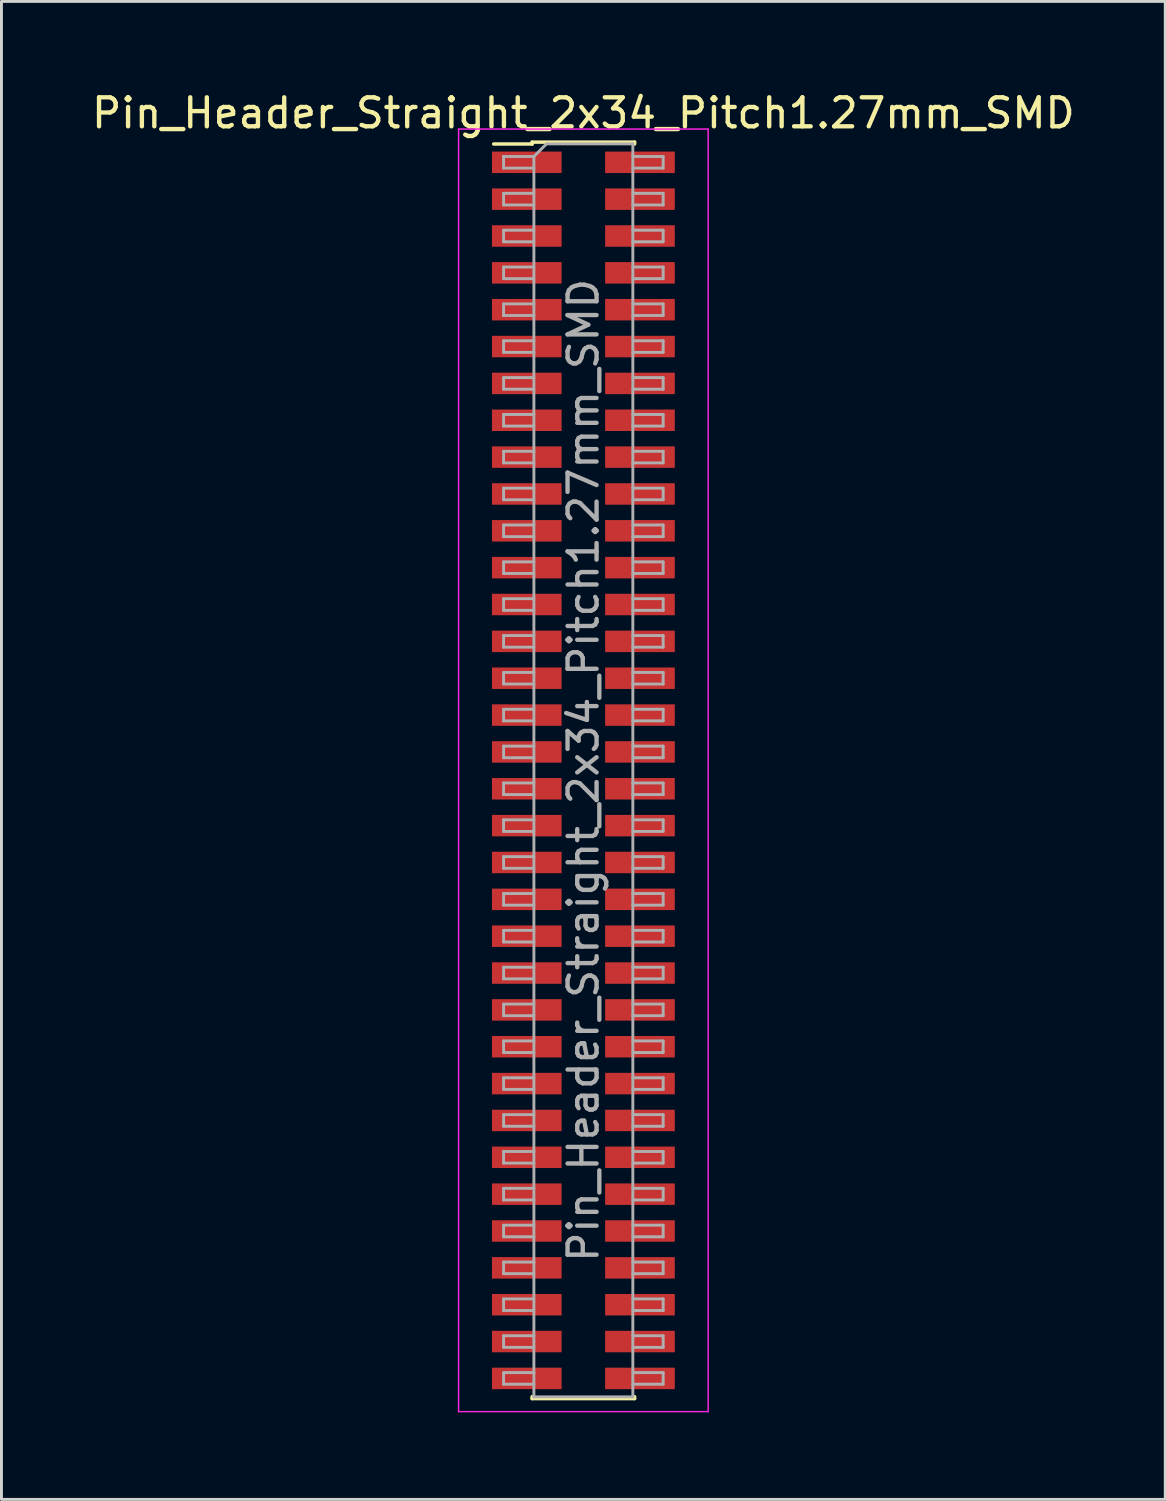
<source format=kicad_pcb>
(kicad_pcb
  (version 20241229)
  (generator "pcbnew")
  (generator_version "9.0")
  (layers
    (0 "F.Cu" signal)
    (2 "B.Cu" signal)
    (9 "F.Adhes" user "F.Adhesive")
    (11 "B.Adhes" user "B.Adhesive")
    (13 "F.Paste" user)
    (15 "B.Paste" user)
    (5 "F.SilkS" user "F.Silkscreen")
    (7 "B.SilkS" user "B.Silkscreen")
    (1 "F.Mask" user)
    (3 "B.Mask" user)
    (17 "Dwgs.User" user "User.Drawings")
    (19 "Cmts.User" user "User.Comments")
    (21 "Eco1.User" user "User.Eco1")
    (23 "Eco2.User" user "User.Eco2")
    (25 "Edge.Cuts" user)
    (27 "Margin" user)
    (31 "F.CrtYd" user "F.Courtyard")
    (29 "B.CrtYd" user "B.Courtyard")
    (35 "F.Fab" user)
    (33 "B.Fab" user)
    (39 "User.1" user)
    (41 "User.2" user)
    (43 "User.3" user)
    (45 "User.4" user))
  (footprint "Pin_Header_Straight_2x34_Pitch1.27mm_SMD"
    (layer "F.Cu")
    (at 17.054 23.498)
    (property "Reference" "Pin_Header_Straight_2x34_Pitch1.27mm_SMD" (at 0 -22.65 0) (layer "F.SilkS") (effects (font (size 1 1) (thickness 0.15))))
    (attr smd)
    (fp_line (start -3.09 -21.585) (end -1.765 -21.585) (stroke (width 0.12) (type solid)) (layer "F.SilkS"))
    (fp_line (start -1.765 -21.65) (end -1.765 -21.585) (stroke (width 0.12) (type solid)) (layer "F.SilkS"))
    (fp_line (start -1.765 -21.65) (end 1.765 -21.65) (stroke (width 0.12) (type solid)) (layer "F.SilkS"))
    (fp_line (start -1.765 21.585) (end -1.765 21.65) (stroke (width 0.12) (type solid)) (layer "F.SilkS"))
    (fp_line (start -1.765 21.65) (end 1.765 21.65) (stroke (width 0.12) (type solid)) (layer "F.SilkS"))
    (fp_line (start 1.765 -21.65) (end 1.765 -21.585) (stroke (width 0.12) (type solid)) (layer "F.SilkS"))
    (fp_line (start 1.765 21.585) (end 1.765 21.65) (stroke (width 0.12) (type solid)) (layer "F.SilkS"))
    (fp_line (start -4.3 -22.1) (end -4.3 22.1) (stroke (width 0.05) (type solid)) (layer "F.CrtYd"))
    (fp_line (start -4.3 22.1) (end 4.3 22.1) (stroke (width 0.05) (type solid)) (layer "F.CrtYd"))
    (fp_line (start 4.3 -22.1) (end -4.3 -22.1) (stroke (width 0.05) (type solid)) (layer "F.CrtYd"))
    (fp_line (start 4.3 22.1) (end 4.3 -22.1) (stroke (width 0.05) (type solid)) (layer "F.CrtYd"))
    (fp_line (start -2.75 -21.155) (end -2.75 -20.755) (stroke (width 0.1) (type solid)) (layer "F.Fab"))
    (fp_line (start -2.75 -20.755) (end -1.705 -20.755) (stroke (width 0.1) (type solid)) (layer "F.Fab"))
    (fp_line (start -2.75 -19.885) (end -2.75 -19.485) (stroke (width 0.1) (type solid)) (layer "F.Fab"))
    (fp_line (start -2.75 -19.485) (end -1.705 -19.485) (stroke (width 0.1) (type solid)) (layer "F.Fab"))
    (fp_line (start -2.75 -18.615) (end -2.75 -18.215) (stroke (width 0.1) (type solid)) (layer "F.Fab"))
    (fp_line (start -2.75 -18.215) (end -1.705 -18.215) (stroke (width 0.1) (type solid)) (layer "F.Fab"))
    (fp_line (start -2.75 -17.345) (end -2.75 -16.945) (stroke (width 0.1) (type solid)) (layer "F.Fab"))
    (fp_line (start -2.75 -16.945) (end -1.705 -16.945) (stroke (width 0.1) (type solid)) (layer "F.Fab"))
    (fp_line (start -2.75 -16.075) (end -2.75 -15.675) (stroke (width 0.1) (type solid)) (layer "F.Fab"))
    (fp_line (start -2.75 -15.675) (end -1.705 -15.675) (stroke (width 0.1) (type solid)) (layer "F.Fab"))
    (fp_line (start -2.75 -14.805) (end -2.75 -14.405) (stroke (width 0.1) (type solid)) (layer "F.Fab"))
    (fp_line (start -2.75 -14.405) (end -1.705 -14.405) (stroke (width 0.1) (type solid)) (layer "F.Fab"))
    (fp_line (start -2.75 -13.535) (end -2.75 -13.135) (stroke (width 0.1) (type solid)) (layer "F.Fab"))
    (fp_line (start -2.75 -13.135) (end -1.705 -13.135) (stroke (width 0.1) (type solid)) (layer "F.Fab"))
    (fp_line (start -2.75 -12.265) (end -2.75 -11.865) (stroke (width 0.1) (type solid)) (layer "F.Fab"))
    (fp_line (start -2.75 -11.865) (end -1.705 -11.865) (stroke (width 0.1) (type solid)) (layer "F.Fab"))
    (fp_line (start -2.75 -10.995) (end -2.75 -10.595) (stroke (width 0.1) (type solid)) (layer "F.Fab"))
    (fp_line (start -2.75 -10.595) (end -1.705 -10.595) (stroke (width 0.1) (type solid)) (layer "F.Fab"))
    (fp_line (start -2.75 -9.725) (end -2.75 -9.325) (stroke (width 0.1) (type solid)) (layer "F.Fab"))
    (fp_line (start -2.75 -9.325) (end -1.705 -9.325) (stroke (width 0.1) (type solid)) (layer "F.Fab"))
    (fp_line (start -2.75 -8.455) (end -2.75 -8.055) (stroke (width 0.1) (type solid)) (layer "F.Fab"))
    (fp_line (start -2.75 -8.055) (end -1.705 -8.055) (stroke (width 0.1) (type solid)) (layer "F.Fab"))
    (fp_line (start -2.75 -7.185) (end -2.75 -6.785) (stroke (width 0.1) (type solid)) (layer "F.Fab"))
    (fp_line (start -2.75 -6.785) (end -1.705 -6.785) (stroke (width 0.1) (type solid)) (layer "F.Fab"))
    (fp_line (start -2.75 -5.915) (end -2.75 -5.515) (stroke (width 0.1) (type solid)) (layer "F.Fab"))
    (fp_line (start -2.75 -5.515) (end -1.705 -5.515) (stroke (width 0.1) (type solid)) (layer "F.Fab"))
    (fp_line (start -2.75 -4.645) (end -2.75 -4.245) (stroke (width 0.1) (type solid)) (layer "F.Fab"))
    (fp_line (start -2.75 -4.245) (end -1.705 -4.245) (stroke (width 0.1) (type solid)) (layer "F.Fab"))
    (fp_line (start -2.75 -3.375) (end -2.75 -2.975) (stroke (width 0.1) (type solid)) (layer "F.Fab"))
    (fp_line (start -2.75 -2.975) (end -1.705 -2.975) (stroke (width 0.1) (type solid)) (layer "F.Fab"))
    (fp_line (start -2.75 -2.105) (end -2.75 -1.705) (stroke (width 0.1) (type solid)) (layer "F.Fab"))
    (fp_line (start -2.75 -1.705) (end -1.705 -1.705) (stroke (width 0.1) (type solid)) (layer "F.Fab"))
    (fp_line (start -2.75 -0.835) (end -2.75 -0.435) (stroke (width 0.1) (type solid)) (layer "F.Fab"))
    (fp_line (start -2.75 -0.435) (end -1.705 -0.435) (stroke (width 0.1) (type solid)) (layer "F.Fab"))
    (fp_line (start -2.75 0.435) (end -2.75 0.835) (stroke (width 0.1) (type solid)) (layer "F.Fab"))
    (fp_line (start -2.75 0.835) (end -1.705 0.835) (stroke (width 0.1) (type solid)) (layer "F.Fab"))
    (fp_line (start -2.75 1.705) (end -2.75 2.105) (stroke (width 0.1) (type solid)) (layer "F.Fab"))
    (fp_line (start -2.75 2.105) (end -1.705 2.105) (stroke (width 0.1) (type solid)) (layer "F.Fab"))
    (fp_line (start -2.75 2.975) (end -2.75 3.375) (stroke (width 0.1) (type solid)) (layer "F.Fab"))
    (fp_line (start -2.75 3.375) (end -1.705 3.375) (stroke (width 0.1) (type solid)) (layer "F.Fab"))
    (fp_line (start -2.75 4.245) (end -2.75 4.645) (stroke (width 0.1) (type solid)) (layer "F.Fab"))
    (fp_line (start -2.75 4.645) (end -1.705 4.645) (stroke (width 0.1) (type solid)) (layer "F.Fab"))
    (fp_line (start -2.75 5.515) (end -2.75 5.915) (stroke (width 0.1) (type solid)) (layer "F.Fab"))
    (fp_line (start -2.75 5.915) (end -1.705 5.915) (stroke (width 0.1) (type solid)) (layer "F.Fab"))
    (fp_line (start -2.75 6.785) (end -2.75 7.185) (stroke (width 0.1) (type solid)) (layer "F.Fab"))
    (fp_line (start -2.75 7.185) (end -1.705 7.185) (stroke (width 0.1) (type solid)) (layer "F.Fab"))
    (fp_line (start -2.75 8.055) (end -2.75 8.455) (stroke (width 0.1) (type solid)) (layer "F.Fab"))
    (fp_line (start -2.75 8.455) (end -1.705 8.455) (stroke (width 0.1) (type solid)) (layer "F.Fab"))
    (fp_line (start -2.75 9.325) (end -2.75 9.725) (stroke (width 0.1) (type solid)) (layer "F.Fab"))
    (fp_line (start -2.75 9.725) (end -1.705 9.725) (stroke (width 0.1) (type solid)) (layer "F.Fab"))
    (fp_line (start -2.75 10.595) (end -2.75 10.995) (stroke (width 0.1) (type solid)) (layer "F.Fab"))
    (fp_line (start -2.75 10.995) (end -1.705 10.995) (stroke (width 0.1) (type solid)) (layer "F.Fab"))
    (fp_line (start -2.75 11.865) (end -2.75 12.265) (stroke (width 0.1) (type solid)) (layer "F.Fab"))
    (fp_line (start -2.75 12.265) (end -1.705 12.265) (stroke (width 0.1) (type solid)) (layer "F.Fab"))
    (fp_line (start -2.75 13.135) (end -2.75 13.535) (stroke (width 0.1) (type solid)) (layer "F.Fab"))
    (fp_line (start -2.75 13.535) (end -1.705 13.535) (stroke (width 0.1) (type solid)) (layer "F.Fab"))
    (fp_line (start -2.75 14.405) (end -2.75 14.805) (stroke (width 0.1) (type solid)) (layer "F.Fab"))
    (fp_line (start -2.75 14.805) (end -1.705 14.805) (stroke (width 0.1) (type solid)) (layer "F.Fab"))
    (fp_line (start -2.75 15.675) (end -2.75 16.075) (stroke (width 0.1) (type solid)) (layer "F.Fab"))
    (fp_line (start -2.75 16.075) (end -1.705 16.075) (stroke (width 0.1) (type solid)) (layer "F.Fab"))
    (fp_line (start -2.75 16.945) (end -2.75 17.345) (stroke (width 0.1) (type solid)) (layer "F.Fab"))
    (fp_line (start -2.75 17.345) (end -1.705 17.345) (stroke (width 0.1) (type solid)) (layer "F.Fab"))
    (fp_line (start -2.75 18.215) (end -2.75 18.615) (stroke (width 0.1) (type solid)) (layer "F.Fab"))
    (fp_line (start -2.75 18.615) (end -1.705 18.615) (stroke (width 0.1) (type solid)) (layer "F.Fab"))
    (fp_line (start -2.75 19.485) (end -2.75 19.885) (stroke (width 0.1) (type solid)) (layer "F.Fab"))
    (fp_line (start -2.75 19.885) (end -1.705 19.885) (stroke (width 0.1) (type solid)) (layer "F.Fab"))
    (fp_line (start -2.75 20.755) (end -2.75 21.155) (stroke (width 0.1) (type solid)) (layer "F.Fab"))
    (fp_line (start -2.75 21.155) (end -1.705 21.155) (stroke (width 0.1) (type solid)) (layer "F.Fab"))
    (fp_line (start -1.705 -21.155) (end -2.75 -21.155) (stroke (width 0.1) (type solid)) (layer "F.Fab"))
    (fp_line (start -1.705 -21.155) (end -1.27 -21.59) (stroke (width 0.1) (type solid)) (layer "F.Fab"))
    (fp_line (start -1.705 -19.885) (end -2.75 -19.885) (stroke (width 0.1) (type solid)) (layer "F.Fab"))
    (fp_line (start -1.705 -18.615) (end -2.75 -18.615) (stroke (width 0.1) (type solid)) (layer "F.Fab"))
    (fp_line (start -1.705 -17.345) (end -2.75 -17.345) (stroke (width 0.1) (type solid)) (layer "F.Fab"))
    (fp_line (start -1.705 -16.075) (end -2.75 -16.075) (stroke (width 0.1) (type solid)) (layer "F.Fab"))
    (fp_line (start -1.705 -14.805) (end -2.75 -14.805) (stroke (width 0.1) (type solid)) (layer "F.Fab"))
    (fp_line (start -1.705 -13.535) (end -2.75 -13.535) (stroke (width 0.1) (type solid)) (layer "F.Fab"))
    (fp_line (start -1.705 -12.265) (end -2.75 -12.265) (stroke (width 0.1) (type solid)) (layer "F.Fab"))
    (fp_line (start -1.705 -10.995) (end -2.75 -10.995) (stroke (width 0.1) (type solid)) (layer "F.Fab"))
    (fp_line (start -1.705 -9.725) (end -2.75 -9.725) (stroke (width 0.1) (type solid)) (layer "F.Fab"))
    (fp_line (start -1.705 -8.455) (end -2.75 -8.455) (stroke (width 0.1) (type solid)) (layer "F.Fab"))
    (fp_line (start -1.705 -7.185) (end -2.75 -7.185) (stroke (width 0.1) (type solid)) (layer "F.Fab"))
    (fp_line (start -1.705 -5.915) (end -2.75 -5.915) (stroke (width 0.1) (type solid)) (layer "F.Fab"))
    (fp_line (start -1.705 -4.645) (end -2.75 -4.645) (stroke (width 0.1) (type solid)) (layer "F.Fab"))
    (fp_line (start -1.705 -3.375) (end -2.75 -3.375) (stroke (width 0.1) (type solid)) (layer "F.Fab"))
    (fp_line (start -1.705 -2.105) (end -2.75 -2.105) (stroke (width 0.1) (type solid)) (layer "F.Fab"))
    (fp_line (start -1.705 -0.835) (end -2.75 -0.835) (stroke (width 0.1) (type solid)) (layer "F.Fab"))
    (fp_line (start -1.705 0.435) (end -2.75 0.435) (stroke (width 0.1) (type solid)) (layer "F.Fab"))
    (fp_line (start -1.705 1.705) (end -2.75 1.705) (stroke (width 0.1) (type solid)) (layer "F.Fab"))
    (fp_line (start -1.705 2.975) (end -2.75 2.975) (stroke (width 0.1) (type solid)) (layer "F.Fab"))
    (fp_line (start -1.705 4.245) (end -2.75 4.245) (stroke (width 0.1) (type solid)) (layer "F.Fab"))
    (fp_line (start -1.705 5.515) (end -2.75 5.515) (stroke (width 0.1) (type solid)) (layer "F.Fab"))
    (fp_line (start -1.705 6.785) (end -2.75 6.785) (stroke (width 0.1) (type solid)) (layer "F.Fab"))
    (fp_line (start -1.705 8.055) (end -2.75 8.055) (stroke (width 0.1) (type solid)) (layer "F.Fab"))
    (fp_line (start -1.705 9.325) (end -2.75 9.325) (stroke (width 0.1) (type solid)) (layer "F.Fab"))
    (fp_line (start -1.705 10.595) (end -2.75 10.595) (stroke (width 0.1) (type solid)) (layer "F.Fab"))
    (fp_line (start -1.705 11.865) (end -2.75 11.865) (stroke (width 0.1) (type solid)) (layer "F.Fab"))
    (fp_line (start -1.705 13.135) (end -2.75 13.135) (stroke (width 0.1) (type solid)) (layer "F.Fab"))
    (fp_line (start -1.705 14.405) (end -2.75 14.405) (stroke (width 0.1) (type solid)) (layer "F.Fab"))
    (fp_line (start -1.705 15.675) (end -2.75 15.675) (stroke (width 0.1) (type solid)) (layer "F.Fab"))
    (fp_line (start -1.705 16.945) (end -2.75 16.945) (stroke (width 0.1) (type solid)) (layer "F.Fab"))
    (fp_line (start -1.705 18.215) (end -2.75 18.215) (stroke (width 0.1) (type solid)) (layer "F.Fab"))
    (fp_line (start -1.705 19.485) (end -2.75 19.485) (stroke (width 0.1) (type solid)) (layer "F.Fab"))
    (fp_line (start -1.705 20.755) (end -2.75 20.755) (stroke (width 0.1) (type solid)) (layer "F.Fab"))
    (fp_line (start -1.705 21.59) (end -1.705 -21.155) (stroke (width 0.1) (type solid)) (layer "F.Fab"))
    (fp_line (start -1.27 -21.59) (end 1.705 -21.59) (stroke (width 0.1) (type solid)) (layer "F.Fab"))
    (fp_line (start 1.705 -21.59) (end 1.705 21.59) (stroke (width 0.1) (type solid)) (layer "F.Fab"))
    (fp_line (start 1.705 -21.155) (end 2.75 -21.155) (stroke (width 0.1) (type solid)) (layer "F.Fab"))
    (fp_line (start 1.705 -19.885) (end 2.75 -19.885) (stroke (width 0.1) (type solid)) (layer "F.Fab"))
    (fp_line (start 1.705 -18.615) (end 2.75 -18.615) (stroke (width 0.1) (type solid)) (layer "F.Fab"))
    (fp_line (start 1.705 -17.345) (end 2.75 -17.345) (stroke (width 0.1) (type solid)) (layer "F.Fab"))
    (fp_line (start 1.705 -16.075) (end 2.75 -16.075) (stroke (width 0.1) (type solid)) (layer "F.Fab"))
    (fp_line (start 1.705 -14.805) (end 2.75 -14.805) (stroke (width 0.1) (type solid)) (layer "F.Fab"))
    (fp_line (start 1.705 -13.535) (end 2.75 -13.535) (stroke (width 0.1) (type solid)) (layer "F.Fab"))
    (fp_line (start 1.705 -12.265) (end 2.75 -12.265) (stroke (width 0.1) (type solid)) (layer "F.Fab"))
    (fp_line (start 1.705 -10.995) (end 2.75 -10.995) (stroke (width 0.1) (type solid)) (layer "F.Fab"))
    (fp_line (start 1.705 -9.725) (end 2.75 -9.725) (stroke (width 0.1) (type solid)) (layer "F.Fab"))
    (fp_line (start 1.705 -8.455) (end 2.75 -8.455) (stroke (width 0.1) (type solid)) (layer "F.Fab"))
    (fp_line (start 1.705 -7.185) (end 2.75 -7.185) (stroke (width 0.1) (type solid)) (layer "F.Fab"))
    (fp_line (start 1.705 -5.915) (end 2.75 -5.915) (stroke (width 0.1) (type solid)) (layer "F.Fab"))
    (fp_line (start 1.705 -4.645) (end 2.75 -4.645) (stroke (width 0.1) (type solid)) (layer "F.Fab"))
    (fp_line (start 1.705 -3.375) (end 2.75 -3.375) (stroke (width 0.1) (type solid)) (layer "F.Fab"))
    (fp_line (start 1.705 -2.105) (end 2.75 -2.105) (stroke (width 0.1) (type solid)) (layer "F.Fab"))
    (fp_line (start 1.705 -0.835) (end 2.75 -0.835) (stroke (width 0.1) (type solid)) (layer "F.Fab"))
    (fp_line (start 1.705 0.435) (end 2.75 0.435) (stroke (width 0.1) (type solid)) (layer "F.Fab"))
    (fp_line (start 1.705 1.705) (end 2.75 1.705) (stroke (width 0.1) (type solid)) (layer "F.Fab"))
    (fp_line (start 1.705 2.975) (end 2.75 2.975) (stroke (width 0.1) (type solid)) (layer "F.Fab"))
    (fp_line (start 1.705 4.245) (end 2.75 4.245) (stroke (width 0.1) (type solid)) (layer "F.Fab"))
    (fp_line (start 1.705 5.515) (end 2.75 5.515) (stroke (width 0.1) (type solid)) (layer "F.Fab"))
    (fp_line (start 1.705 6.785) (end 2.75 6.785) (stroke (width 0.1) (type solid)) (layer "F.Fab"))
    (fp_line (start 1.705 8.055) (end 2.75 8.055) (stroke (width 0.1) (type solid)) (layer "F.Fab"))
    (fp_line (start 1.705 9.325) (end 2.75 9.325) (stroke (width 0.1) (type solid)) (layer "F.Fab"))
    (fp_line (start 1.705 10.595) (end 2.75 10.595) (stroke (width 0.1) (type solid)) (layer "F.Fab"))
    (fp_line (start 1.705 11.865) (end 2.75 11.865) (stroke (width 0.1) (type solid)) (layer "F.Fab"))
    (fp_line (start 1.705 13.135) (end 2.75 13.135) (stroke (width 0.1) (type solid)) (layer "F.Fab"))
    (fp_line (start 1.705 14.405) (end 2.75 14.405) (stroke (width 0.1) (type solid)) (layer "F.Fab"))
    (fp_line (start 1.705 15.675) (end 2.75 15.675) (stroke (width 0.1) (type solid)) (layer "F.Fab"))
    (fp_line (start 1.705 16.945) (end 2.75 16.945) (stroke (width 0.1) (type solid)) (layer "F.Fab"))
    (fp_line (start 1.705 18.215) (end 2.75 18.215) (stroke (width 0.1) (type solid)) (layer "F.Fab"))
    (fp_line (start 1.705 19.485) (end 2.75 19.485) (stroke (width 0.1) (type solid)) (layer "F.Fab"))
    (fp_line (start 1.705 20.755) (end 2.75 20.755) (stroke (width 0.1) (type solid)) (layer "F.Fab"))
    (fp_line (start 1.705 21.59) (end -1.705 21.59) (stroke (width 0.1) (type solid)) (layer "F.Fab"))
    (fp_line (start 2.75 -21.155) (end 2.75 -20.755) (stroke (width 0.1) (type solid)) (layer "F.Fab"))
    (fp_line (start 2.75 -20.755) (end 1.705 -20.755) (stroke (width 0.1) (type solid)) (layer "F.Fab"))
    (fp_line (start 2.75 -19.885) (end 2.75 -19.485) (stroke (width 0.1) (type solid)) (layer "F.Fab"))
    (fp_line (start 2.75 -19.485) (end 1.705 -19.485) (stroke (width 0.1) (type solid)) (layer "F.Fab"))
    (fp_line (start 2.75 -18.615) (end 2.75 -18.215) (stroke (width 0.1) (type solid)) (layer "F.Fab"))
    (fp_line (start 2.75 -18.215) (end 1.705 -18.215) (stroke (width 0.1) (type solid)) (layer "F.Fab"))
    (fp_line (start 2.75 -17.345) (end 2.75 -16.945) (stroke (width 0.1) (type solid)) (layer "F.Fab"))
    (fp_line (start 2.75 -16.945) (end 1.705 -16.945) (stroke (width 0.1) (type solid)) (layer "F.Fab"))
    (fp_line (start 2.75 -16.075) (end 2.75 -15.675) (stroke (width 0.1) (type solid)) (layer "F.Fab"))
    (fp_line (start 2.75 -15.675) (end 1.705 -15.675) (stroke (width 0.1) (type solid)) (layer "F.Fab"))
    (fp_line (start 2.75 -14.805) (end 2.75 -14.405) (stroke (width 0.1) (type solid)) (layer "F.Fab"))
    (fp_line (start 2.75 -14.405) (end 1.705 -14.405) (stroke (width 0.1) (type solid)) (layer "F.Fab"))
    (fp_line (start 2.75 -13.535) (end 2.75 -13.135) (stroke (width 0.1) (type solid)) (layer "F.Fab"))
    (fp_line (start 2.75 -13.135) (end 1.705 -13.135) (stroke (width 0.1) (type solid)) (layer "F.Fab"))
    (fp_line (start 2.75 -12.265) (end 2.75 -11.865) (stroke (width 0.1) (type solid)) (layer "F.Fab"))
    (fp_line (start 2.75 -11.865) (end 1.705 -11.865) (stroke (width 0.1) (type solid)) (layer "F.Fab"))
    (fp_line (start 2.75 -10.995) (end 2.75 -10.595) (stroke (width 0.1) (type solid)) (layer "F.Fab"))
    (fp_line (start 2.75 -10.595) (end 1.705 -10.595) (stroke (width 0.1) (type solid)) (layer "F.Fab"))
    (fp_line (start 2.75 -9.725) (end 2.75 -9.325) (stroke (width 0.1) (type solid)) (layer "F.Fab"))
    (fp_line (start 2.75 -9.325) (end 1.705 -9.325) (stroke (width 0.1) (type solid)) (layer "F.Fab"))
    (fp_line (start 2.75 -8.455) (end 2.75 -8.055) (stroke (width 0.1) (type solid)) (layer "F.Fab"))
    (fp_line (start 2.75 -8.055) (end 1.705 -8.055) (stroke (width 0.1) (type solid)) (layer "F.Fab"))
    (fp_line (start 2.75 -7.185) (end 2.75 -6.785) (stroke (width 0.1) (type solid)) (layer "F.Fab"))
    (fp_line (start 2.75 -6.785) (end 1.705 -6.785) (stroke (width 0.1) (type solid)) (layer "F.Fab"))
    (fp_line (start 2.75 -5.915) (end 2.75 -5.515) (stroke (width 0.1) (type solid)) (layer "F.Fab"))
    (fp_line (start 2.75 -5.515) (end 1.705 -5.515) (stroke (width 0.1) (type solid)) (layer "F.Fab"))
    (fp_line (start 2.75 -4.645) (end 2.75 -4.245) (stroke (width 0.1) (type solid)) (layer "F.Fab"))
    (fp_line (start 2.75 -4.245) (end 1.705 -4.245) (stroke (width 0.1) (type solid)) (layer "F.Fab"))
    (fp_line (start 2.75 -3.375) (end 2.75 -2.975) (stroke (width 0.1) (type solid)) (layer "F.Fab"))
    (fp_line (start 2.75 -2.975) (end 1.705 -2.975) (stroke (width 0.1) (type solid)) (layer "F.Fab"))
    (fp_line (start 2.75 -2.105) (end 2.75 -1.705) (stroke (width 0.1) (type solid)) (layer "F.Fab"))
    (fp_line (start 2.75 -1.705) (end 1.705 -1.705) (stroke (width 0.1) (type solid)) (layer "F.Fab"))
    (fp_line (start 2.75 -0.835) (end 2.75 -0.435) (stroke (width 0.1) (type solid)) (layer "F.Fab"))
    (fp_line (start 2.75 -0.435) (end 1.705 -0.435) (stroke (width 0.1) (type solid)) (layer "F.Fab"))
    (fp_line (start 2.75 0.435) (end 2.75 0.835) (stroke (width 0.1) (type solid)) (layer "F.Fab"))
    (fp_line (start 2.75 0.835) (end 1.705 0.835) (stroke (width 0.1) (type solid)) (layer "F.Fab"))
    (fp_line (start 2.75 1.705) (end 2.75 2.105) (stroke (width 0.1) (type solid)) (layer "F.Fab"))
    (fp_line (start 2.75 2.105) (end 1.705 2.105) (stroke (width 0.1) (type solid)) (layer "F.Fab"))
    (fp_line (start 2.75 2.975) (end 2.75 3.375) (stroke (width 0.1) (type solid)) (layer "F.Fab"))
    (fp_line (start 2.75 3.375) (end 1.705 3.375) (stroke (width 0.1) (type solid)) (layer "F.Fab"))
    (fp_line (start 2.75 4.245) (end 2.75 4.645) (stroke (width 0.1) (type solid)) (layer "F.Fab"))
    (fp_line (start 2.75 4.645) (end 1.705 4.645) (stroke (width 0.1) (type solid)) (layer "F.Fab"))
    (fp_line (start 2.75 5.515) (end 2.75 5.915) (stroke (width 0.1) (type solid)) (layer "F.Fab"))
    (fp_line (start 2.75 5.915) (end 1.705 5.915) (stroke (width 0.1) (type solid)) (layer "F.Fab"))
    (fp_line (start 2.75 6.785) (end 2.75 7.185) (stroke (width 0.1) (type solid)) (layer "F.Fab"))
    (fp_line (start 2.75 7.185) (end 1.705 7.185) (stroke (width 0.1) (type solid)) (layer "F.Fab"))
    (fp_line (start 2.75 8.055) (end 2.75 8.455) (stroke (width 0.1) (type solid)) (layer "F.Fab"))
    (fp_line (start 2.75 8.455) (end 1.705 8.455) (stroke (width 0.1) (type solid)) (layer "F.Fab"))
    (fp_line (start 2.75 9.325) (end 2.75 9.725) (stroke (width 0.1) (type solid)) (layer "F.Fab"))
    (fp_line (start 2.75 9.725) (end 1.705 9.725) (stroke (width 0.1) (type solid)) (layer "F.Fab"))
    (fp_line (start 2.75 10.595) (end 2.75 10.995) (stroke (width 0.1) (type solid)) (layer "F.Fab"))
    (fp_line (start 2.75 10.995) (end 1.705 10.995) (stroke (width 0.1) (type solid)) (layer "F.Fab"))
    (fp_line (start 2.75 11.865) (end 2.75 12.265) (stroke (width 0.1) (type solid)) (layer "F.Fab"))
    (fp_line (start 2.75 12.265) (end 1.705 12.265) (stroke (width 0.1) (type solid)) (layer "F.Fab"))
    (fp_line (start 2.75 13.135) (end 2.75 13.535) (stroke (width 0.1) (type solid)) (layer "F.Fab"))
    (fp_line (start 2.75 13.535) (end 1.705 13.535) (stroke (width 0.1) (type solid)) (layer "F.Fab"))
    (fp_line (start 2.75 14.405) (end 2.75 14.805) (stroke (width 0.1) (type solid)) (layer "F.Fab"))
    (fp_line (start 2.75 14.805) (end 1.705 14.805) (stroke (width 0.1) (type solid)) (layer "F.Fab"))
    (fp_line (start 2.75 15.675) (end 2.75 16.075) (stroke (width 0.1) (type solid)) (layer "F.Fab"))
    (fp_line (start 2.75 16.075) (end 1.705 16.075) (stroke (width 0.1) (type solid)) (layer "F.Fab"))
    (fp_line (start 2.75 16.945) (end 2.75 17.345) (stroke (width 0.1) (type solid)) (layer "F.Fab"))
    (fp_line (start 2.75 17.345) (end 1.705 17.345) (stroke (width 0.1) (type solid)) (layer "F.Fab"))
    (fp_line (start 2.75 18.215) (end 2.75 18.615) (stroke (width 0.1) (type solid)) (layer "F.Fab"))
    (fp_line (start 2.75 18.615) (end 1.705 18.615) (stroke (width 0.1) (type solid)) (layer "F.Fab"))
    (fp_line (start 2.75 19.485) (end 2.75 19.885) (stroke (width 0.1) (type solid)) (layer "F.Fab"))
    (fp_line (start 2.75 19.885) (end 1.705 19.885) (stroke (width 0.1) (type solid)) (layer "F.Fab"))
    (fp_line (start 2.75 20.755) (end 2.75 21.155) (stroke (width 0.1) (type solid)) (layer "F.Fab"))
    (fp_line (start 2.75 21.155) (end 1.705 21.155) (stroke (width 0.1) (type solid)) (layer "F.Fab"))
    (fp_text user "${REFERENCE}" (at 0 0 90) (layer "F.Fab") (effects (font (size 1 1) (thickness 0.15))))
    (pad "1" smd rect (at -1.95 -20.955) (size 2.4 0.74) (layers "F.Cu" "F.Mask" "F.Paste"))
    (pad "2" smd rect (at 1.95 -20.955) (size 2.4 0.74) (layers "F.Cu" "F.Mask" "F.Paste"))
    (pad "3" smd rect (at -1.95 -19.685) (size 2.4 0.74) (layers "F.Cu" "F.Mask" "F.Paste"))
    (pad "4" smd rect (at 1.95 -19.685) (size 2.4 0.74) (layers "F.Cu" "F.Mask" "F.Paste"))
    (pad "5" smd rect (at -1.95 -18.415) (size 2.4 0.74) (layers "F.Cu" "F.Mask" "F.Paste"))
    (pad "6" smd rect (at 1.95 -18.415) (size 2.4 0.74) (layers "F.Cu" "F.Mask" "F.Paste"))
    (pad "7" smd rect (at -1.95 -17.145) (size 2.4 0.74) (layers "F.Cu" "F.Mask" "F.Paste"))
    (pad "8" smd rect (at 1.95 -17.145) (size 2.4 0.74) (layers "F.Cu" "F.Mask" "F.Paste"))
    (pad "9" smd rect (at -1.95 -15.875) (size 2.4 0.74) (layers "F.Cu" "F.Mask" "F.Paste"))
    (pad "10" smd rect (at 1.95 -15.875) (size 2.4 0.74) (layers "F.Cu" "F.Mask" "F.Paste"))
    (pad "11" smd rect (at -1.95 -14.605) (size 2.4 0.74) (layers "F.Cu" "F.Mask" "F.Paste"))
    (pad "12" smd rect (at 1.95 -14.605) (size 2.4 0.74) (layers "F.Cu" "F.Mask" "F.Paste"))
    (pad "13" smd rect (at -1.95 -13.335) (size 2.4 0.74) (layers "F.Cu" "F.Mask" "F.Paste"))
    (pad "14" smd rect (at 1.95 -13.335) (size 2.4 0.74) (layers "F.Cu" "F.Mask" "F.Paste"))
    (pad "15" smd rect (at -1.95 -12.065) (size 2.4 0.74) (layers "F.Cu" "F.Mask" "F.Paste"))
    (pad "16" smd rect (at 1.95 -12.065) (size 2.4 0.74) (layers "F.Cu" "F.Mask" "F.Paste"))
    (pad "17" smd rect (at -1.95 -10.795) (size 2.4 0.74) (layers "F.Cu" "F.Mask" "F.Paste"))
    (pad "18" smd rect (at 1.95 -10.795) (size 2.4 0.74) (layers "F.Cu" "F.Mask" "F.Paste"))
    (pad "19" smd rect (at -1.95 -9.525) (size 2.4 0.74) (layers "F.Cu" "F.Mask" "F.Paste"))
    (pad "20" smd rect (at 1.95 -9.525) (size 2.4 0.74) (layers "F.Cu" "F.Mask" "F.Paste"))
    (pad "21" smd rect (at -1.95 -8.255) (size 2.4 0.74) (layers "F.Cu" "F.Mask" "F.Paste"))
    (pad "22" smd rect (at 1.95 -8.255) (size 2.4 0.74) (layers "F.Cu" "F.Mask" "F.Paste"))
    (pad "23" smd rect (at -1.95 -6.985) (size 2.4 0.74) (layers "F.Cu" "F.Mask" "F.Paste"))
    (pad "24" smd rect (at 1.95 -6.985) (size 2.4 0.74) (layers "F.Cu" "F.Mask" "F.Paste"))
    (pad "25" smd rect (at -1.95 -5.715) (size 2.4 0.74) (layers "F.Cu" "F.Mask" "F.Paste"))
    (pad "26" smd rect (at 1.95 -5.715) (size 2.4 0.74) (layers "F.Cu" "F.Mask" "F.Paste"))
    (pad "27" smd rect (at -1.95 -4.445) (size 2.4 0.74) (layers "F.Cu" "F.Mask" "F.Paste"))
    (pad "28" smd rect (at 1.95 -4.445) (size 2.4 0.74) (layers "F.Cu" "F.Mask" "F.Paste"))
    (pad "29" smd rect (at -1.95 -3.175) (size 2.4 0.74) (layers "F.Cu" "F.Mask" "F.Paste"))
    (pad "30" smd rect (at 1.95 -3.175) (size 2.4 0.74) (layers "F.Cu" "F.Mask" "F.Paste"))
    (pad "31" smd rect (at -1.95 -1.905) (size 2.4 0.74) (layers "F.Cu" "F.Mask" "F.Paste"))
    (pad "32" smd rect (at 1.95 -1.905) (size 2.4 0.74) (layers "F.Cu" "F.Mask" "F.Paste"))
    (pad "33" smd rect (at -1.95 -0.635) (size 2.4 0.74) (layers "F.Cu" "F.Mask" "F.Paste"))
    (pad "34" smd rect (at 1.95 -0.635) (size 2.4 0.74) (layers "F.Cu" "F.Mask" "F.Paste"))
    (pad "35" smd rect (at -1.95 0.635) (size 2.4 0.74) (layers "F.Cu" "F.Mask" "F.Paste"))
    (pad "36" smd rect (at 1.95 0.635) (size 2.4 0.74) (layers "F.Cu" "F.Mask" "F.Paste"))
    (pad "37" smd rect (at -1.95 1.905) (size 2.4 0.74) (layers "F.Cu" "F.Mask" "F.Paste"))
    (pad "38" smd rect (at 1.95 1.905) (size 2.4 0.74) (layers "F.Cu" "F.Mask" "F.Paste"))
    (pad "39" smd rect (at -1.95 3.175) (size 2.4 0.74) (layers "F.Cu" "F.Mask" "F.Paste"))
    (pad "40" smd rect (at 1.95 3.175) (size 2.4 0.74) (layers "F.Cu" "F.Mask" "F.Paste"))
    (pad "41" smd rect (at -1.95 4.445) (size 2.4 0.74) (layers "F.Cu" "F.Mask" "F.Paste"))
    (pad "42" smd rect (at 1.95 4.445) (size 2.4 0.74) (layers "F.Cu" "F.Mask" "F.Paste"))
    (pad "43" smd rect (at -1.95 5.715) (size 2.4 0.74) (layers "F.Cu" "F.Mask" "F.Paste"))
    (pad "44" smd rect (at 1.95 5.715) (size 2.4 0.74) (layers "F.Cu" "F.Mask" "F.Paste"))
    (pad "45" smd rect (at -1.95 6.985) (size 2.4 0.74) (layers "F.Cu" "F.Mask" "F.Paste"))
    (pad "46" smd rect (at 1.95 6.985) (size 2.4 0.74) (layers "F.Cu" "F.Mask" "F.Paste"))
    (pad "47" smd rect (at -1.95 8.255) (size 2.4 0.74) (layers "F.Cu" "F.Mask" "F.Paste"))
    (pad "48" smd rect (at 1.95 8.255) (size 2.4 0.74) (layers "F.Cu" "F.Mask" "F.Paste"))
    (pad "49" smd rect (at -1.95 9.525) (size 2.4 0.74) (layers "F.Cu" "F.Mask" "F.Paste"))
    (pad "50" smd rect (at 1.95 9.525) (size 2.4 0.74) (layers "F.Cu" "F.Mask" "F.Paste"))
    (pad "51" smd rect (at -1.95 10.795) (size 2.4 0.74) (layers "F.Cu" "F.Mask" "F.Paste"))
    (pad "52" smd rect (at 1.95 10.795) (size 2.4 0.74) (layers "F.Cu" "F.Mask" "F.Paste"))
    (pad "53" smd rect (at -1.95 12.065) (size 2.4 0.74) (layers "F.Cu" "F.Mask" "F.Paste"))
    (pad "54" smd rect (at 1.95 12.065) (size 2.4 0.74) (layers "F.Cu" "F.Mask" "F.Paste"))
    (pad "55" smd rect (at -1.95 13.335) (size 2.4 0.74) (layers "F.Cu" "F.Mask" "F.Paste"))
    (pad "56" smd rect (at 1.95 13.335) (size 2.4 0.74) (layers "F.Cu" "F.Mask" "F.Paste"))
    (pad "57" smd rect (at -1.95 14.605) (size 2.4 0.74) (layers "F.Cu" "F.Mask" "F.Paste"))
    (pad "58" smd rect (at 1.95 14.605) (size 2.4 0.74) (layers "F.Cu" "F.Mask" "F.Paste"))
    (pad "59" smd rect (at -1.95 15.875) (size 2.4 0.74) (layers "F.Cu" "F.Mask" "F.Paste"))
    (pad "60" smd rect (at 1.95 15.875) (size 2.4 0.74) (layers "F.Cu" "F.Mask" "F.Paste"))
    (pad "61" smd rect (at -1.95 17.145) (size 2.4 0.74) (layers "F.Cu" "F.Mask" "F.Paste"))
    (pad "62" smd rect (at 1.95 17.145) (size 2.4 0.74) (layers "F.Cu" "F.Mask" "F.Paste"))
    (pad "63" smd rect (at -1.95 18.415) (size 2.4 0.74) (layers "F.Cu" "F.Mask" "F.Paste"))
    (pad "64" smd rect (at 1.95 18.415) (size 2.4 0.74) (layers "F.Cu" "F.Mask" "F.Paste"))
    (pad "65" smd rect (at -1.95 19.685) (size 2.4 0.74) (layers "F.Cu" "F.Mask" "F.Paste"))
    (pad "66" smd rect (at 1.95 19.685) (size 2.4 0.74) (layers "F.Cu" "F.Mask" "F.Paste"))
    (pad "67" smd rect (at -1.95 20.955) (size 2.4 0.74) (layers "F.Cu" "F.Mask" "F.Paste"))
    (pad "68" smd rect (at 1.95 20.955) (size 2.4 0.74) (layers "F.Cu" "F.Mask" "F.Paste")))
  (gr_rect
    (start -3 -3)
    (end 37.107 48.623)
    (stroke (width 0.1) (type default))
    (fill no)
    (layer "Edge.Cuts")))
</source>
